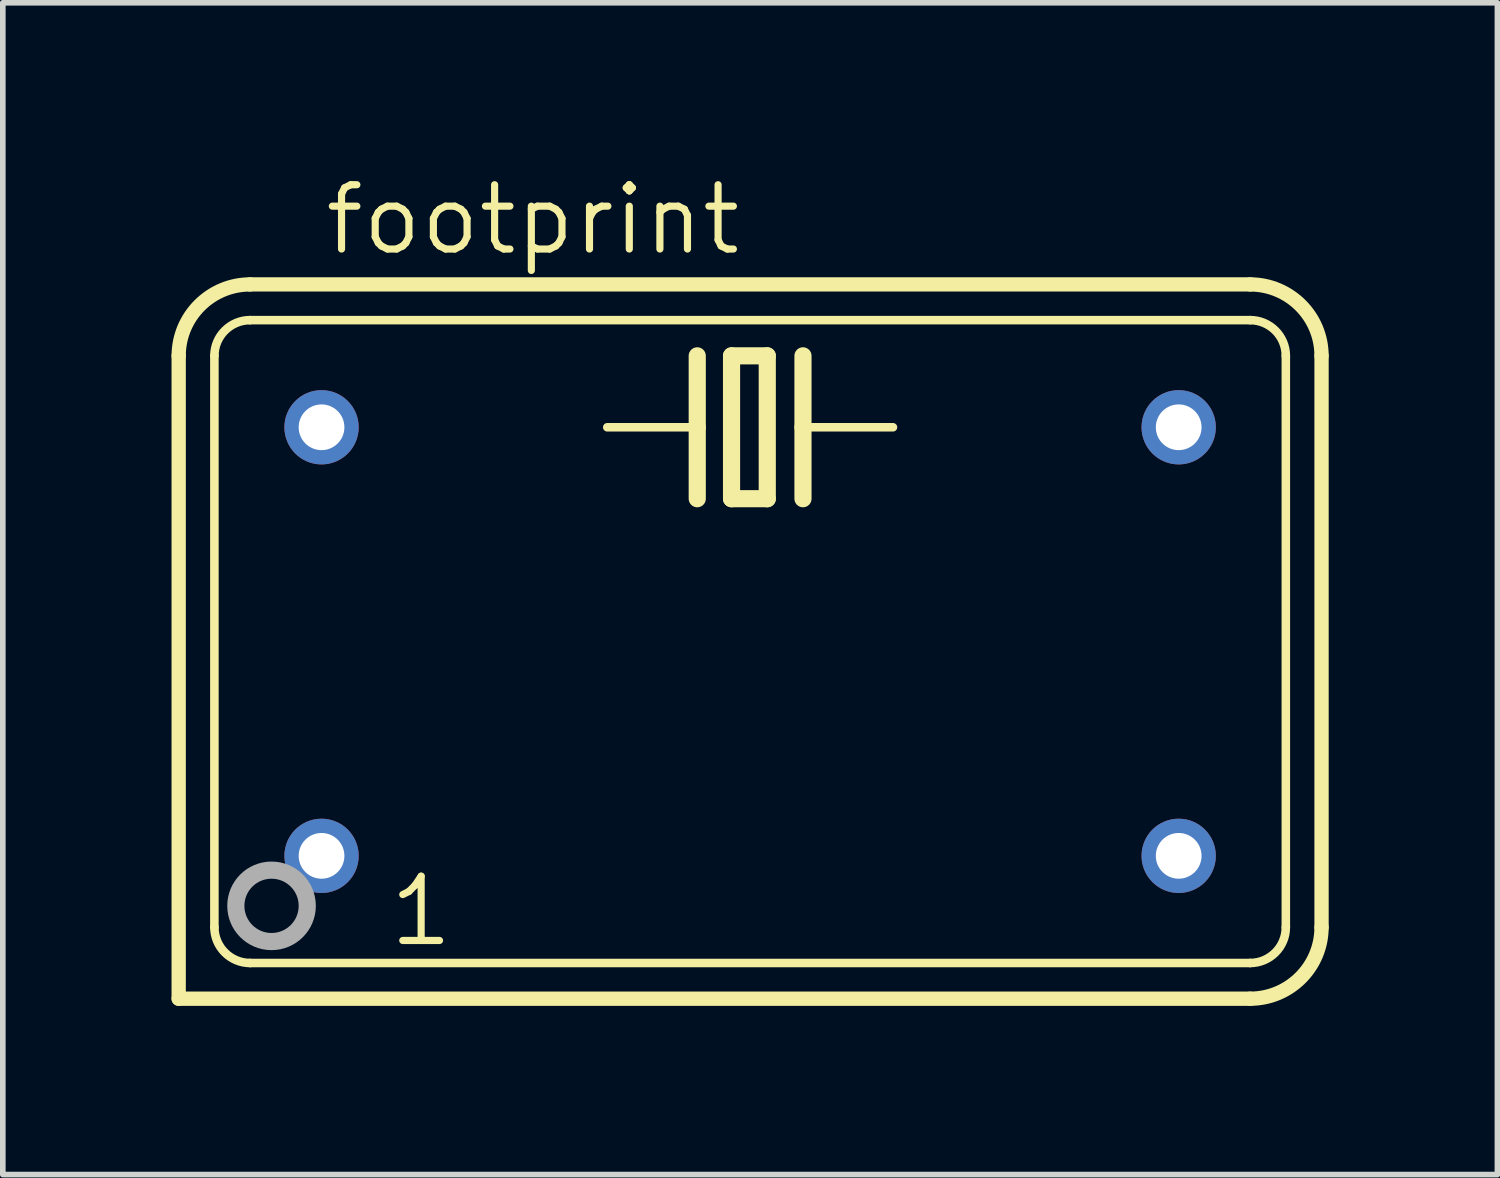
<source format=kicad_pcb>
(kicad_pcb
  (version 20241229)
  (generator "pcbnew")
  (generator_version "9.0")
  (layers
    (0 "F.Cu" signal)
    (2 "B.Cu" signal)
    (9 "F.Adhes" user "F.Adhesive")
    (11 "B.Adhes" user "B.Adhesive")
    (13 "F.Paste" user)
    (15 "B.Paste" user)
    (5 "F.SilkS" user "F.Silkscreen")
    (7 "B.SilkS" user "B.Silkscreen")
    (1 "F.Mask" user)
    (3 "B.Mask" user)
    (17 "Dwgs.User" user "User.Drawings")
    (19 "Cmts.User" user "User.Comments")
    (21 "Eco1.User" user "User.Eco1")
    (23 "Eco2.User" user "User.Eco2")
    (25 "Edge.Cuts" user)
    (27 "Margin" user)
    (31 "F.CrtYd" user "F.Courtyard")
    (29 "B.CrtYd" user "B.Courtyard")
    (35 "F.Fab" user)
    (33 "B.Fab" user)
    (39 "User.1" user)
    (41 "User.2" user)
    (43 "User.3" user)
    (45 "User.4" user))
  (footprint "footprint"
    (layer "F.Cu")
    (at 10.287 8.357)
    (property "Reference" "footprint" (at -7.62 -6.833 0) (layer "F.SilkS") (effects (font (size 1.143 1.143) (thickness 0.127)) (justify left bottom)))
    (fp_line (start -10.16 6.35) (end -10.16 -5.08) (stroke (width 0.254) (type solid)) (layer "F.SilkS"))
    (fp_line (start -10.16 6.35) (end 8.89 6.35) (stroke (width 0.254) (type solid)) (layer "F.SilkS"))
    (fp_line (start -9.525 -5.08) (end -9.525 5.08) (stroke (width 0.152) (type solid)) (layer "F.SilkS"))
    (fp_line (start -8.89 5.715) (end 8.89 5.715) (stroke (width 0.152) (type solid)) (layer "F.SilkS"))
    (fp_line (start -0.94 -5.08) (end -0.94 -3.81) (stroke (width 0.305) (type solid)) (layer "F.SilkS"))
    (fp_line (start -0.94 -3.81) (end -2.54 -3.81) (stroke (width 0.152) (type solid)) (layer "F.SilkS"))
    (fp_line (start -0.94 -3.81) (end -0.94 -2.54) (stroke (width 0.305) (type solid)) (layer "F.SilkS"))
    (fp_line (start -0.33 -5.08) (end -0.33 -2.54) (stroke (width 0.305) (type solid)) (layer "F.SilkS"))
    (fp_line (start -0.33 -2.54) (end 0.305 -2.54) (stroke (width 0.305) (type solid)) (layer "F.SilkS"))
    (fp_line (start 0.305 -5.08) (end -0.33 -5.08) (stroke (width 0.305) (type solid)) (layer "F.SilkS"))
    (fp_line (start 0.305 -2.54) (end 0.305 -5.08) (stroke (width 0.305) (type solid)) (layer "F.SilkS"))
    (fp_line (start 0.94 -5.08) (end 0.94 -3.81) (stroke (width 0.305) (type solid)) (layer "F.SilkS"))
    (fp_line (start 0.94 -3.81) (end 0.94 -2.54) (stroke (width 0.305) (type solid)) (layer "F.SilkS"))
    (fp_line (start 0.94 -3.81) (end 2.54 -3.81) (stroke (width 0.152) (type solid)) (layer "F.SilkS"))
    (fp_line (start 8.89 -6.35) (end -8.89 -6.35) (stroke (width 0.254) (type solid)) (layer "F.SilkS"))
    (fp_line (start 8.89 -5.715) (end -8.89 -5.715) (stroke (width 0.152) (type solid)) (layer "F.SilkS"))
    (fp_line (start 9.525 5.08) (end 9.525 -5.08) (stroke (width 0.152) (type solid)) (layer "F.SilkS"))
    (fp_line (start 10.16 5.08) (end 10.16 -5.08) (stroke (width 0.254) (type solid)) (layer "F.SilkS"))
    (fp_arc (start -10.16 -5.08) (mid -9.788026 -5.978026) (end -8.89 -6.35) (stroke (width 0.254) (type solid)) (layer "F.SilkS"))
    (fp_arc (start -9.525 -5.08) (mid -9.339013 -5.529013) (end -8.89 -5.715) (stroke (width 0.1524) (type solid)) (layer "F.SilkS"))
    (fp_arc (start -8.89 5.715) (mid -9.339013 5.529013) (end -9.525 5.08) (stroke (width 0.1524) (type solid)) (layer "F.SilkS"))
    (fp_arc (start 8.89 -6.35) (mid 9.788026 -5.978026) (end 10.16 -5.08) (stroke (width 0.254) (type solid)) (layer "F.SilkS"))
    (fp_arc (start 8.89 -5.715) (mid 9.339013 -5.529013) (end 9.525 -5.08) (stroke (width 0.1524) (type solid)) (layer "F.SilkS"))
    (fp_arc (start 9.525 5.08) (mid 9.339013 5.529013) (end 8.89 5.715) (stroke (width 0.1524) (type solid)) (layer "F.SilkS"))
    (fp_arc (start 10.16 5.08) (mid 9.788026 5.978026) (end 8.89 6.35) (stroke (width 0.254) (type solid)) (layer "F.SilkS"))
    (fp_circle (center -8.509 4.699) (end -7.874 4.699) (stroke (width 0.305) (type solid)) (fill no) (layer "F.Fab"))
    (fp_text user "1" (at -6.477 5.461 0) (layer "F.SilkS") (effects (font (size 1.143 1.143) (thickness 0.127)) (justify left bottom)))
    (pad "1" thru_hole circle (at -7.62 3.81) (size 1.321 1.321) (drill 0.813) (layers "*.Cu" "*.Mask"))
    (pad "7" thru_hole circle (at 7.62 3.81) (size 1.321 1.321) (drill 0.813) (layers "*.Cu" "*.Mask"))
    (pad "8" thru_hole circle (at 7.62 -3.81) (size 1.321 1.321) (drill 0.813) (layers "*.Cu" "*.Mask"))
    (pad "14" thru_hole circle (at -7.62 -3.81) (size 1.321 1.321) (drill 0.813) (layers "*.Cu" "*.Mask")))
  (gr_rect
    (start -3 -3)
    (end 23.574 17.834)
    (stroke (width 0.1) (type default))
    (fill no)
    (layer "Edge.Cuts")))
</source>
